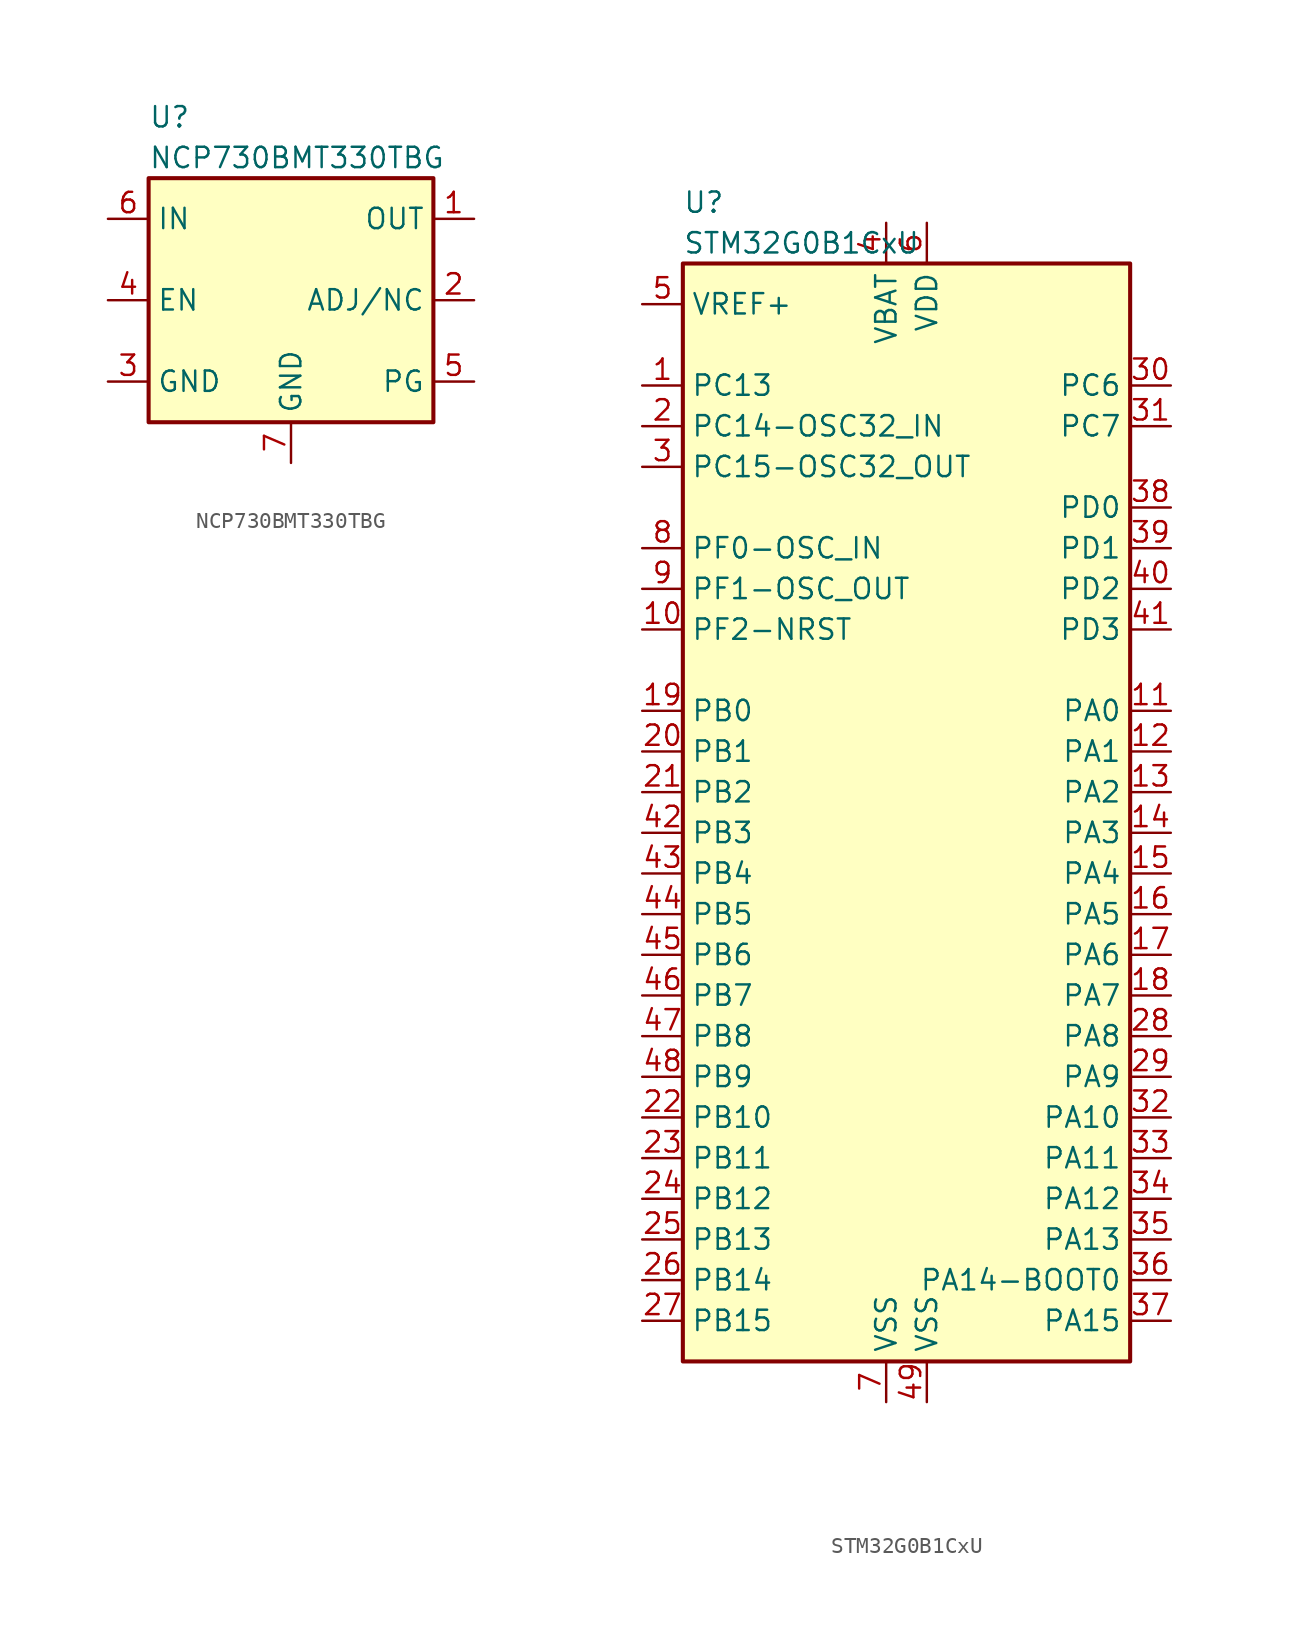
<source format=kicad_sym>
(kicad_symbol_lib
  (version 20211014)
  (generator kicad_symbol_editor)
  (symbol "NCP730BMT330TBG"
    (property "Reference" "U"
      (at -8.89 11.43 0)
      (effects (font (size 1.27 1.27)) (justify left)))
    (property "Value" "NCP730BMT330TBG"
      (at -8.89 8.89 0)
      (effects (font (size 1.27 1.27)) (justify left)))
    (symbol "NCP730BMT330TBG_0_1"
      (rectangle (start -8.89 7.62) (end 8.89 -7.62) (stroke (width 0.254) (type default) (color 0 0 0 0)) (fill (type background))))
    (symbol "NCP730BMT330TBG_1_1"
      (pin power_out line (at 11.43 5.08 180) (length 2.54) (name "OUT" (effects (font (size 1.27 1.27)))) (number "1" (effects (font (size 1.27 1.27)))))
      (pin passive line (at 11.43 0 180) (length 2.54) (name "ADJ/NC" (effects (font (size 1.27 1.27)))) (number "2" (effects (font (size 1.27 1.27)))))
      (pin power_in line (at -11.43 -5.08 0) (length 2.54) (name "GND" (effects (font (size 1.27 1.27)))) (number "3" (effects (font (size 1.27 1.27)))))
      (pin input line (at -11.43 0 0) (length 2.54) (name "EN" (effects (font (size 1.27 1.27)))) (number "4" (effects (font (size 1.27 1.27)))))
      (pin open_collector line (at 11.43 -5.08 180) (length 2.54) (name "PG" (effects (font (size 1.27 1.27)))) (number "5" (effects (font (size 1.27 1.27)))))
      (pin power_in line (at -11.43 5.08 0) (length 2.54) (name "IN" (effects (font (size 1.27 1.27)))) (number "6" (effects (font (size 1.27 1.27)))))
      (pin power_in line (at 0 -10.16 90) (length 2.54) (name "GND" (effects (font (size 1.27 1.27)))) (number "7" (effects (font (size 1.27 1.27)))))))
  (symbol "STM32G0B1CxU"
    (property "Reference" "U"
      (at 0 3.81 0)
      (effects (font (size 1.27 1.27)) (justify left)))
    (property "Value" "STM32G0B1CxU"
      (at 0 1.27 0)
      (effects (font (size 1.27 1.27)) (justify left)))
    (symbol "STM32G0B1CxU_0_1"
      (rectangle (start 0 0) (end 27.94 -68.58) (stroke (width 0.254) (type default) (color 0 0 0 0)) (fill (type background))))
    (symbol "STM32G0B1CxU_1_1"
      (pin bidirectional line (at -2.54 -7.62 0) (length 2.54) (name "PC13" (effects (font (size 1.27 1.27)))) (number "1" (effects (font (size 1.27 1.27)))))
      (pin bidirectional line (at -2.54 -22.86 0) (length 2.54) (name "PF2-NRST" (effects (font (size 1.27 1.27)))) (number "10" (effects (font (size 1.27 1.27)))))
      (pin bidirectional line (at 30.48 -27.94 180) (length 2.54) (name "PA0" (effects (font (size 1.27 1.27)))) (number "11" (effects (font (size 1.27 1.27)))))
      (pin bidirectional line (at 30.48 -30.48 180) (length 2.54) (name "PA1" (effects (font (size 1.27 1.27)))) (number "12" (effects (font (size 1.27 1.27)))))
      (pin bidirectional line (at 30.48 -33.02 180) (length 2.54) (name "PA2" (effects (font (size 1.27 1.27)))) (number "13" (effects (font (size 1.27 1.27)))))
      (pin bidirectional line (at 30.48 -35.56 180) (length 2.54) (name "PA3" (effects (font (size 1.27 1.27)))) (number "14" (effects (font (size 1.27 1.27)))))
      (pin bidirectional line (at 30.48 -38.1 180) (length 2.54) (name "PA4" (effects (font (size 1.27 1.27)))) (number "15" (effects (font (size 1.27 1.27)))))
      (pin bidirectional line (at 30.48 -40.64 180) (length 2.54) (name "PA5" (effects (font (size 1.27 1.27)))) (number "16" (effects (font (size 1.27 1.27)))))
      (pin bidirectional line (at 30.48 -43.18 180) (length 2.54) (name "PA6" (effects (font (size 1.27 1.27)))) (number "17" (effects (font (size 1.27 1.27)))))
      (pin bidirectional line (at 30.48 -45.72 180) (length 2.54) (name "PA7" (effects (font (size 1.27 1.27)))) (number "18" (effects (font (size 1.27 1.27)))))
      (pin bidirectional line (at -2.54 -27.94 0) (length 2.54) (name "PB0" (effects (font (size 1.27 1.27)))) (number "19" (effects (font (size 1.27 1.27)))))
      (pin bidirectional line (at -2.54 -10.16 0) (length 2.54) (name "PC14-OSC32_IN" (effects (font (size 1.27 1.27)))) (number "2" (effects (font (size 1.27 1.27)))))
      (pin bidirectional line (at -2.54 -30.48 0) (length 2.54) (name "PB1" (effects (font (size 1.27 1.27)))) (number "20" (effects (font (size 1.27 1.27)))))
      (pin bidirectional line (at -2.54 -33.02 0) (length 2.54) (name "PB2" (effects (font (size 1.27 1.27)))) (number "21" (effects (font (size 1.27 1.27)))))
      (pin bidirectional line (at -2.54 -53.34 0) (length 2.54) (name "PB10" (effects (font (size 1.27 1.27)))) (number "22" (effects (font (size 1.27 1.27)))))
      (pin bidirectional line (at -2.54 -55.88 0) (length 2.54) (name "PB11" (effects (font (size 1.27 1.27)))) (number "23" (effects (font (size 1.27 1.27)))))
      (pin bidirectional line (at -2.54 -58.42 0) (length 2.54) (name "PB12" (effects (font (size 1.27 1.27)))) (number "24" (effects (font (size 1.27 1.27)))))
      (pin bidirectional line (at -2.54 -60.96 0) (length 2.54) (name "PB13" (effects (font (size 1.27 1.27)))) (number "25" (effects (font (size 1.27 1.27)))))
      (pin bidirectional line (at -2.54 -63.5 0) (length 2.54) (name "PB14" (effects (font (size 1.27 1.27)))) (number "26" (effects (font (size 1.27 1.27)))))
      (pin bidirectional line (at -2.54 -66.04 0) (length 2.54) (name "PB15" (effects (font (size 1.27 1.27)))) (number "27" (effects (font (size 1.27 1.27)))))
      (pin bidirectional line (at 30.48 -48.26 180) (length 2.54) (name "PA8" (effects (font (size 1.27 1.27)))) (number "28" (effects (font (size 1.27 1.27)))))
      (pin bidirectional line (at 30.48 -50.8 180) (length 2.54) (name "PA9" (effects (font (size 1.27 1.27)))) (number "29" (effects (font (size 1.27 1.27)))))
      (pin bidirectional line (at -2.54 -12.7 0) (length 2.54) (name "PC15-OSC32_OUT" (effects (font (size 1.27 1.27)))) (number "3" (effects (font (size 1.27 1.27)))))
      (pin bidirectional line (at 30.48 -7.62 180) (length 2.54) (name "PC6" (effects (font (size 1.27 1.27)))) (number "30" (effects (font (size 1.27 1.27)))))
      (pin bidirectional line (at 30.48 -10.16 180) (length 2.54) (name "PC7" (effects (font (size 1.27 1.27)))) (number "31" (effects (font (size 1.27 1.27)))))
      (pin bidirectional line (at 30.48 -53.34 180) (length 2.54) (name "PA10" (effects (font (size 1.27 1.27)))) (number "32" (effects (font (size 1.27 1.27)))))
      (pin bidirectional line (at 30.48 -55.88 180) (length 2.54) (name "PA11" (effects (font (size 1.27 1.27)))) (number "33" (effects (font (size 1.27 1.27)))))
      (pin bidirectional line (at 30.48 -58.42 180) (length 2.54) (name "PA12" (effects (font (size 1.27 1.27)))) (number "34" (effects (font (size 1.27 1.27)))))
      (pin bidirectional line (at 30.48 -60.96 180) (length 2.54) (name "PA13" (effects (font (size 1.27 1.27)))) (number "35" (effects (font (size 1.27 1.27)))))
      (pin bidirectional line (at 30.48 -63.5 180) (length 2.54) (name "PA14-BOOT0" (effects (font (size 1.27 1.27)))) (number "36" (effects (font (size 1.27 1.27)))))
      (pin bidirectional line (at 30.48 -66.04 180) (length 2.54) (name "PA15" (effects (font (size 1.27 1.27)))) (number "37" (effects (font (size 1.27 1.27)))))
      (pin input line (at 30.48 -15.24 180) (length 2.54) (name "PD0" (effects (font (size 1.27 1.27)))) (number "38" (effects (font (size 1.27 1.27)))))
      (pin input line (at 30.48 -17.78 180) (length 2.54) (name "PD1" (effects (font (size 1.27 1.27)))) (number "39" (effects (font (size 1.27 1.27)))))
      (pin power_in line (at 12.7 2.54 270) (length 2.54) (name "VBAT" (effects (font (size 1.27 1.27)))) (number "4" (effects (font (size 1.27 1.27)))))
      (pin input line (at 30.48 -20.32 180) (length 2.54) (name "PD2" (effects (font (size 1.27 1.27)))) (number "40" (effects (font (size 1.27 1.27)))))
      (pin input line (at 30.48 -22.86 180) (length 2.54) (name "PD3" (effects (font (size 1.27 1.27)))) (number "41" (effects (font (size 1.27 1.27)))))
      (pin bidirectional line (at -2.54 -35.56 0) (length 2.54) (name "PB3" (effects (font (size 1.27 1.27)))) (number "42" (effects (font (size 1.27 1.27)))))
      (pin bidirectional line (at -2.54 -38.1 0) (length 2.54) (name "PB4" (effects (font (size 1.27 1.27)))) (number "43" (effects (font (size 1.27 1.27)))))
      (pin bidirectional line (at -2.54 -40.64 0) (length 2.54) (name "PB5" (effects (font (size 1.27 1.27)))) (number "44" (effects (font (size 1.27 1.27)))))
      (pin bidirectional line (at -2.54 -43.18 0) (length 2.54) (name "PB6" (effects (font (size 1.27 1.27)))) (number "45" (effects (font (size 1.27 1.27)))))
      (pin bidirectional line (at -2.54 -45.72 0) (length 2.54) (name "PB7" (effects (font (size 1.27 1.27)))) (number "46" (effects (font (size 1.27 1.27)))))
      (pin bidirectional line (at -2.54 -48.26 0) (length 2.54) (name "PB8" (effects (font (size 1.27 1.27)))) (number "47" (effects (font (size 1.27 1.27)))))
      (pin bidirectional line (at -2.54 -50.8 0) (length 2.54) (name "PB9" (effects (font (size 1.27 1.27)))) (number "48" (effects (font (size 1.27 1.27)))))
      (pin power_in line (at 15.24 -71.12 90) (length 2.54) (name "VSS" (effects (font (size 1.27 1.27)))) (number "49" (effects (font (size 1.27 1.27)))))
      (pin power_in line (at -2.54 -2.54 0) (length 2.54) (name "VREF+" (effects (font (size 1.27 1.27)))) (number "5" (effects (font (size 1.27 1.27)))))
      (pin power_in line (at 15.24 2.54 270) (length 2.54) (name "VDD" (effects (font (size 1.27 1.27)))) (number "6" (effects (font (size 1.27 1.27)))))
      (pin power_in line (at 12.7 -71.12 90) (length 2.54) (name "VSS" (effects (font (size 1.27 1.27)))) (number "7" (effects (font (size 1.27 1.27)))))
      (pin bidirectional line (at -2.54 -17.78 0) (length 2.54) (name "PF0-OSC_IN" (effects (font (size 1.27 1.27)))) (number "8" (effects (font (size 1.27 1.27)))))
      (pin bidirectional line (at -2.54 -20.32 0) (length 2.54) (name "PF1-OSC_OUT" (effects (font (size 1.27 1.27)))) (number "9" (effects (font (size 1.27 1.27))))))))
</source>
